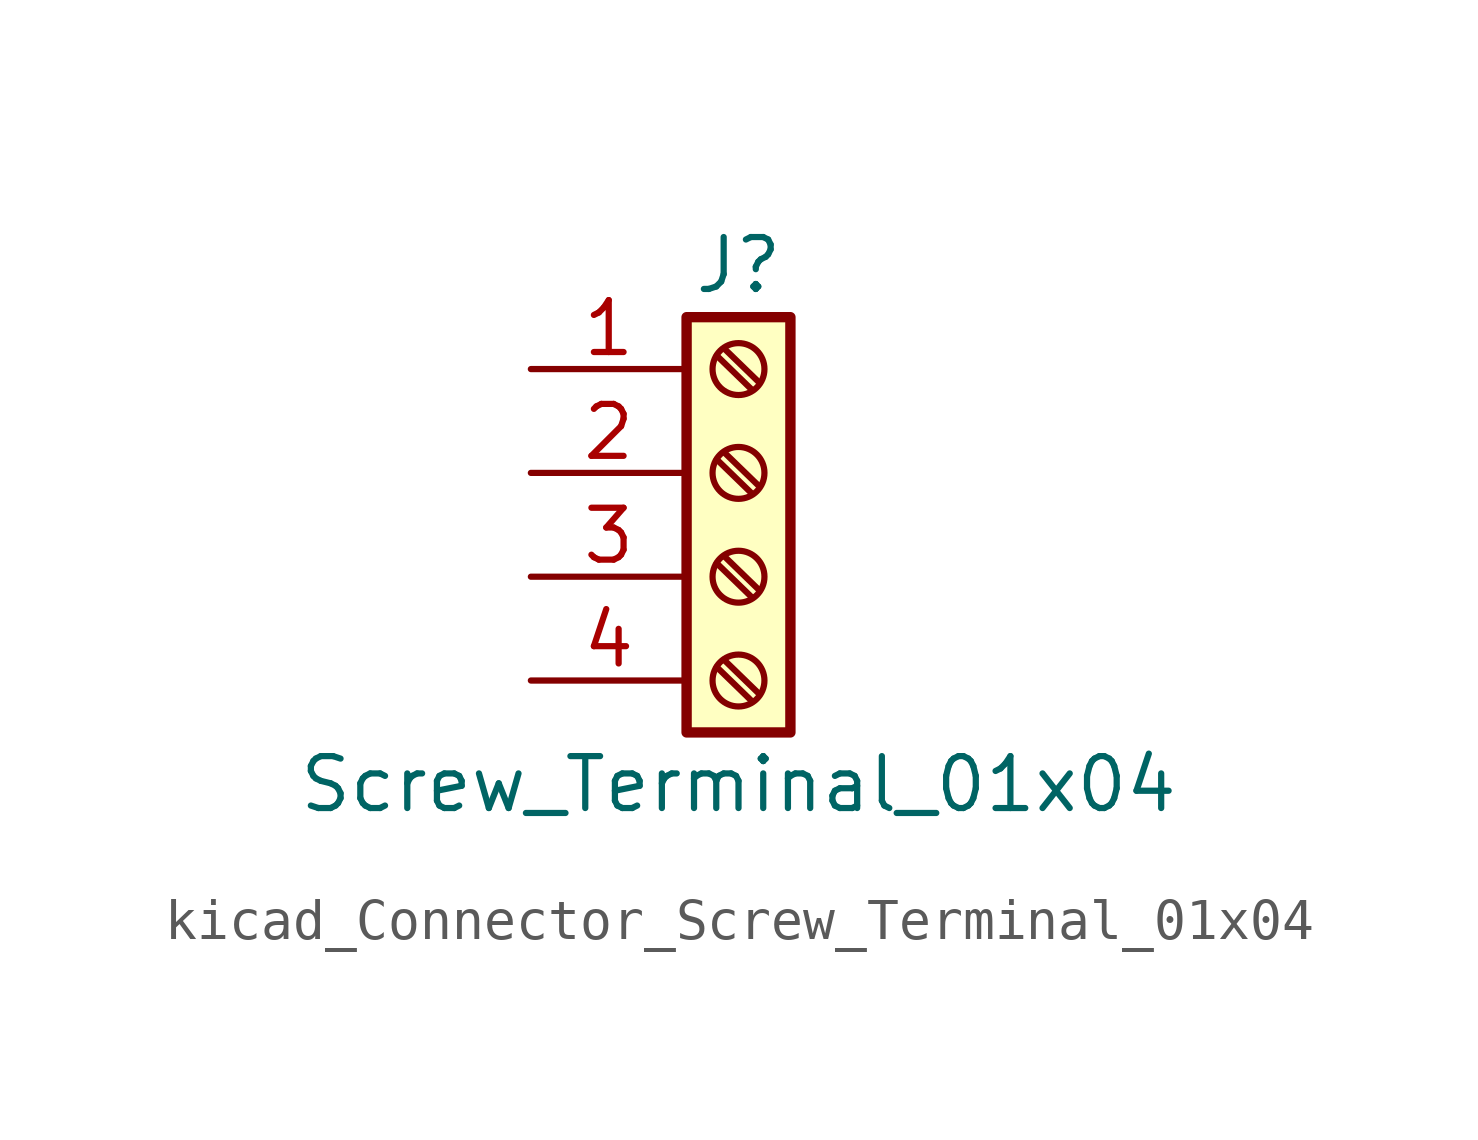
<source format=kicad_sym>
(kicad_symbol_lib
  (version 20220914)
  (generator kicad_symbol_editor)
  (symbol "kicad_Connector_Screw_Terminal_01x04"
    (pin_names
      (offset 1.016) hide)
    (property "Reference" "J"
      (at 0 5.08 0)
      (effects (font (size 1.27 1.27))))
    (property "Value" "Screw_Terminal_01x04"
      (at 0 -7.62 0)
      (effects (font (size 1.27 1.27))))
    (symbol "kicad_Connector_Screw_Terminal_01x04_1_1"
      (rectangle (start -1.27 3.81) (end 1.27 -6.35) (stroke (width 0.254) (type default)) (fill (type background)))
      (circle (center 0 -5.08) (radius 0.635) (stroke (width 0.152) (type default)) (fill (type none)))
      (circle (center 0 -2.54) (radius 0.635) (stroke (width 0.152) (type default)) (fill (type none)))
      (polyline (pts (xy -0.533 -4.75) (xy 0.33 -5.588)) (stroke (width 0.152) (type default)) (fill (type none)))
      (polyline (pts (xy -0.533 -2.21) (xy 0.33 -3.048)) (stroke (width 0.152) (type default)) (fill (type none)))
      (polyline (pts (xy -0.533 0.33) (xy 0.33 -0.508)) (stroke (width 0.152) (type default)) (fill (type none)))
      (polyline (pts (xy -0.533 2.87) (xy 0.33 2.032)) (stroke (width 0.152) (type default)) (fill (type none)))
      (polyline (pts (xy -0.356 -4.572) (xy 0.508 -5.41)) (stroke (width 0.152) (type default)) (fill (type none)))
      (polyline (pts (xy -0.356 -2.032) (xy 0.508 -2.87)) (stroke (width 0.152) (type default)) (fill (type none)))
      (polyline (pts (xy -0.356 0.508) (xy 0.508 -0.33)) (stroke (width 0.152) (type default)) (fill (type none)))
      (polyline (pts (xy -0.356 3.048) (xy 0.508 2.21)) (stroke (width 0.152) (type default)) (fill (type none)))
      (circle (center 0 0) (radius 0.635) (stroke (width 0.152) (type default)) (fill (type none)))
      (circle (center 0 2.54) (radius 0.635) (stroke (width 0.152) (type default)) (fill (type none)))
      (pin passive line (at -5.08 2.54 0) (length 3.81) (name "Pin_1" (effects (font (size 1.27 1.27)))) (number "1" (effects (font (size 1.27 1.27)))))
      (pin passive line (at -5.08 0 0) (length 3.81) (name "Pin_2" (effects (font (size 1.27 1.27)))) (number "2" (effects (font (size 1.27 1.27)))))
      (pin passive line (at -5.08 -2.54 0) (length 3.81) (name "Pin_3" (effects (font (size 1.27 1.27)))) (number "3" (effects (font (size 1.27 1.27)))))
      (pin passive line (at -5.08 -5.08 0) (length 3.81) (name "Pin_4" (effects (font (size 1.27 1.27)))) (number "4" (effects (font (size 1.27 1.27))))))))
</source>
